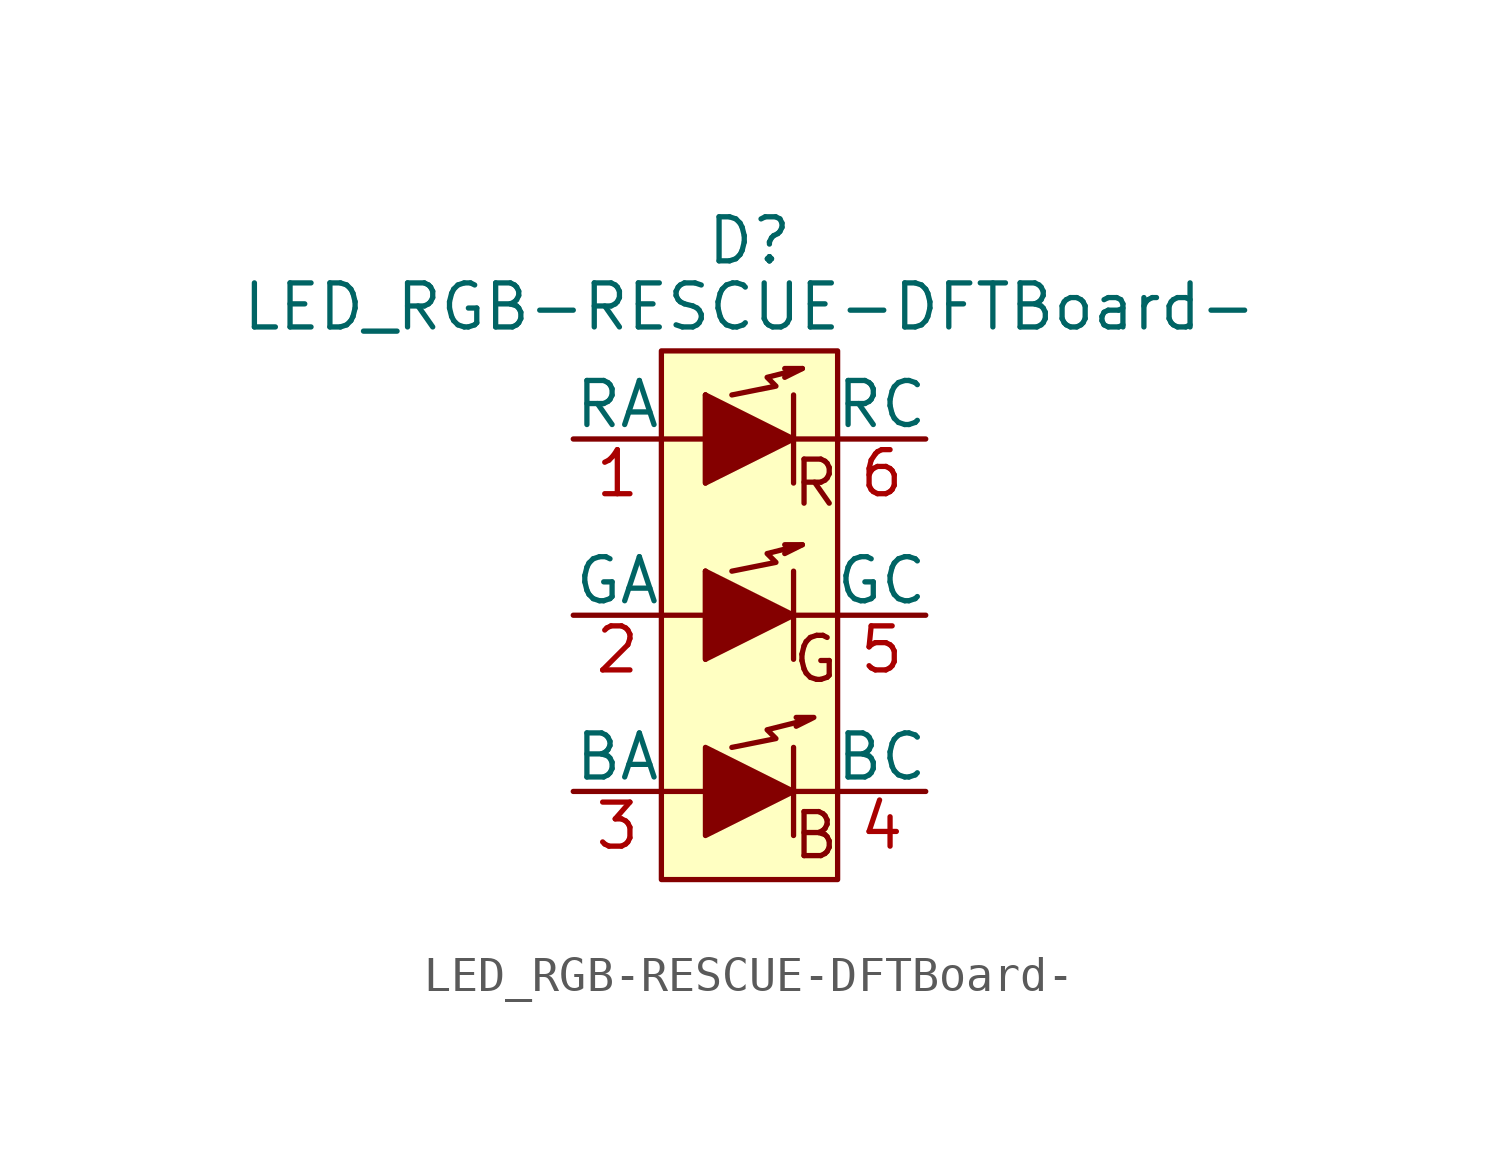
<source format=kicad_sym>
(kicad_symbol_lib
  (version 20231120)
  (generator "kicad_symbol_editor")
  (generator_version "8.0")
  (symbol "LED_RGB-RESCUE-DFTBoard-"
    (pin_names
      (offset 0))
    (property "Reference" "D"
      (at 0 10.795 0)
      (effects (font (size 1.27 1.27))))
    (property "Value" "LED_RGB-RESCUE-DFTBoard-"
      (at 0 8.89 0)
      (effects (font (size 1.27 1.27))))
    (property "Footprint" ""
      (at 0 -1.27 0)
      (effects (font (size 1.27 1.27))))
    (property "Datasheet" ""
      (at 0 -1.27 0)
      (effects (font (size 1.27 1.27))))
    (symbol "LED_RGB-RESCUE-DFTBoard-_0_0"
      (text "B" (at 1.905 -6.35 0) (effects (font (size 1.27 1.27))))
      (text "G" (at 1.905 -1.27 0) (effects (font (size 1.27 1.27))))
      (text "R" (at 1.905 3.81 0) (effects (font (size 1.27 1.27)))))
    (symbol "LED_RGB-RESCUE-DFTBoard-_0_1"
      (rectangle (start -2.54 7.62) (end 2.54 -7.62) (stroke (width 0) (type solid)) (fill (type background)))
      (rectangle (start -1.27 -1.27) (end -1.27 1.27) (stroke (width 0) (type solid)) (fill (type none)))
      (rectangle (start -1.27 1.27) (end -1.27 1.27) (stroke (width 0) (type solid)) (fill (type none)))
      (rectangle (start -1.27 3.81) (end -1.27 6.35) (stroke (width 0) (type solid)) (fill (type none)))
      (rectangle (start -1.27 6.35) (end -1.27 6.35) (stroke (width 0) (type solid)) (fill (type none)))
      (polyline (pts (xy -1.27 -5.08) (xy -2.54 -5.08)) (stroke (width 0) (type solid)) (fill (type none)))
      (polyline (pts (xy -1.27 0) (xy -2.54 0)) (stroke (width 0) (type solid)) (fill (type none)))
      (polyline (pts (xy -1.27 5.08) (xy -2.54 5.08)) (stroke (width 0) (type solid)) (fill (type none)))
      (polyline (pts (xy 1.27 -5.08) (xy 2.54 -5.08)) (stroke (width 0) (type solid)) (fill (type none)))
      (polyline (pts (xy 1.27 -3.81) (xy 1.27 -6.35)) (stroke (width 0) (type solid)) (fill (type none)))
      (polyline (pts (xy 1.27 0) (xy 2.54 0)) (stroke (width 0) (type solid)) (fill (type none)))
      (polyline (pts (xy 1.27 5.08) (xy 2.54 5.08)) (stroke (width 0) (type solid)) (fill (type none)))
      (polyline (pts (xy 1.27 1.27) (xy 1.27 -1.27) (xy 1.27 -1.27)) (stroke (width 0) (type solid)) (fill (type none)))
      (polyline (pts (xy 1.27 6.35) (xy 1.27 3.81) (xy 1.27 3.81)) (stroke (width 0) (type solid)) (fill (type none)))
      (polyline (pts (xy 1.016 2.032) (xy 1.524 2.032) (xy 1.016 1.778) (xy 1.016 1.778)) (stroke (width 0) (type solid)) (fill (type none)))
      (polyline (pts (xy 1.016 7.112) (xy 1.524 7.112) (xy 1.016 6.858) (xy 1.016 6.858)) (stroke (width 0) (type solid)) (fill (type none)))
      (polyline (pts (xy 1.346 -2.946) (xy 1.854 -2.946) (xy 1.346 -3.2) (xy 1.346 -3.2)) (stroke (width 0) (type solid)) (fill (type none)))
      (polyline (pts (xy -1.27 -3.81) (xy -1.27 -6.35) (xy 1.27 -5.08) (xy -1.27 -3.81) (xy -1.27 -3.81)) (stroke (width 0) (type solid)) (fill (type outline)))
      (polyline (pts (xy -0.508 -3.81) (xy 0.762 -3.556) (xy 0.508 -3.302) (xy 1.524 -3.048) (xy 1.524 -3.048)) (stroke (width 0) (type solid)) (fill (type none)))
      (polyline (pts (xy -1.27 1.27) (xy -1.27 -1.27) (xy 1.27 0) (xy -1.27 1.27) (xy -1.27 1.27) (xy -1.27 1.27)) (stroke (width 0) (type solid)) (fill (type outline)))
      (polyline (pts (xy -1.27 6.35) (xy -1.27 3.81) (xy 1.27 5.08) (xy -1.27 6.35) (xy -1.27 6.35) (xy -1.27 6.35)) (stroke (width 0) (type solid)) (fill (type outline)))
      (polyline (pts (xy -0.508 1.27) (xy 0.762 1.524) (xy 0.508 1.778) (xy 1.524 2.032) (xy 1.524 2.032) (xy 1.524 2.032)) (stroke (width 0) (type solid)) (fill (type none)))
      (polyline (pts (xy -0.508 6.35) (xy 0.762 6.604) (xy 0.508 6.858) (xy 1.524 7.112) (xy 1.524 7.112) (xy 1.524 7.112)) (stroke (width 0) (type solid)) (fill (type none))))
    (symbol "LED_RGB-RESCUE-DFTBoard-_1_1"
      (pin passive line (at -5.08 5.08 0) (length 2.54) (name "RA" (effects (font (size 1.27 1.27)))) (number "1" (effects (font (size 1.27 1.27)))))
      (pin passive line (at -5.08 0 0) (length 2.54) (name "GA" (effects (font (size 1.27 1.27)))) (number "2" (effects (font (size 1.27 1.27)))))
      (pin passive line (at -5.08 -5.08 0) (length 2.54) (name "BA" (effects (font (size 1.27 1.27)))) (number "3" (effects (font (size 1.27 1.27)))))
      (pin passive line (at 5.08 -5.08 180) (length 2.54) (name "BC" (effects (font (size 1.27 1.27)))) (number "4" (effects (font (size 1.27 1.27)))))
      (pin passive line (at 5.08 0 180) (length 2.54) (name "GC" (effects (font (size 1.27 1.27)))) (number "5" (effects (font (size 1.27 1.27)))))
      (pin passive line (at 5.08 5.08 180) (length 2.54) (name "RC" (effects (font (size 1.27 1.27)))) (number "6" (effects (font (size 1.27 1.27))))))))
</source>
